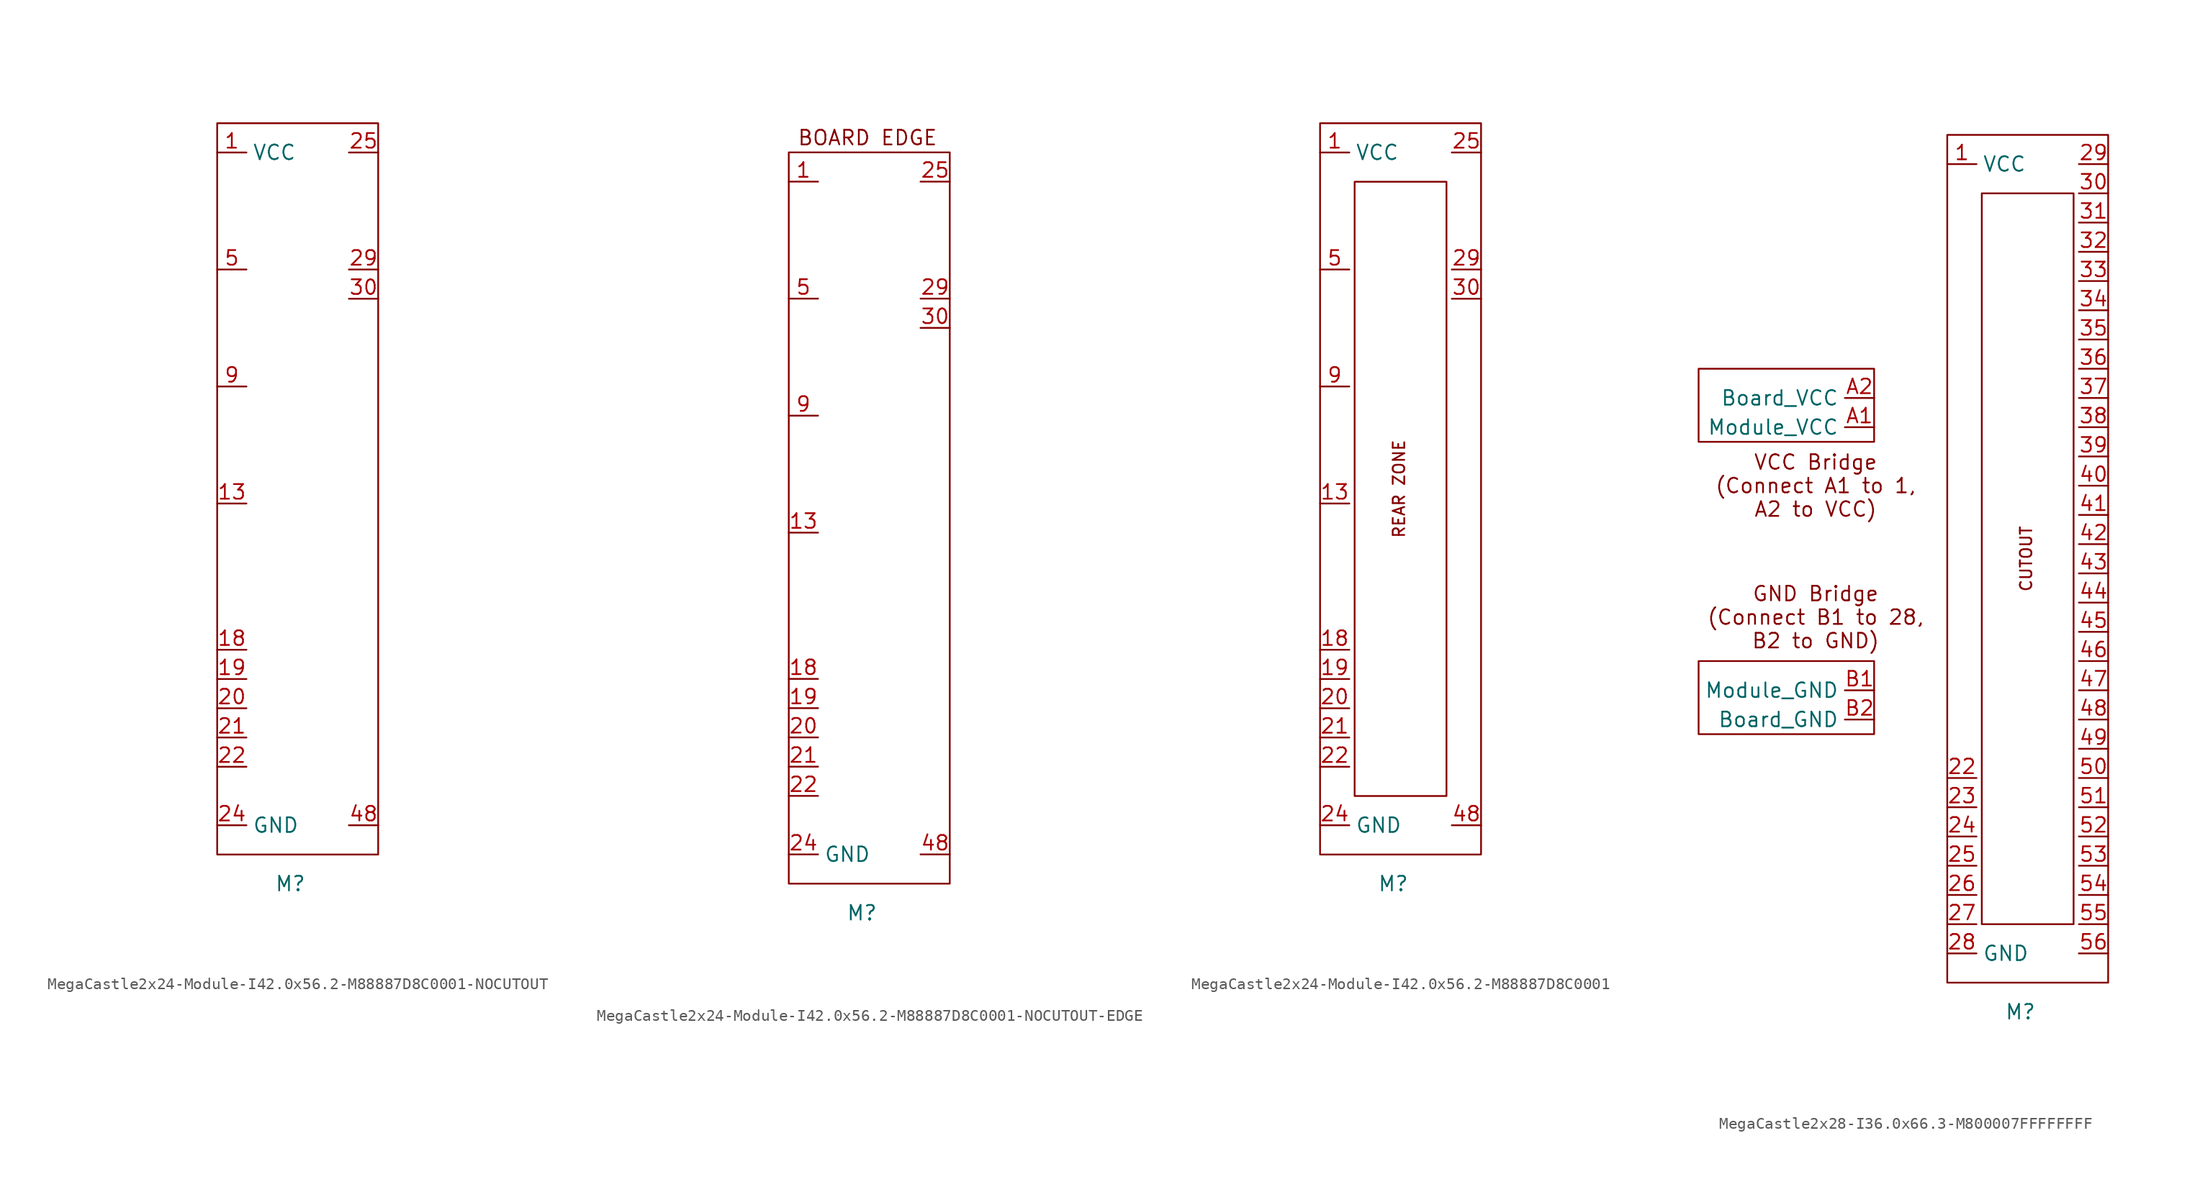
<source format=kicad_sym>
(kicad_symbol_lib
  (version 20231120)
  (generator "kicad_symbol_editor")
  (generator_version "8.0")
  (symbol "MegaCastle2x24-Module-I42.0x56.2-M88887D8C0001-NOCUTOUT"
    (property "Reference" "M"
      (at 0 -34.29 0)
      (effects (font (size 1.27 1.27))))
    (property "Value" ""
      (at 0 5.08 0)
      (effects (font (size 1.27 1.27))))
    (symbol "MegaCastle2x24-Module-I42.0x56.2-M88887D8C0001-NOCUTOUT_0_1"
      (rectangle (start -6.35 31.75) (end 7.62 -31.75) (stroke (width 0) (type default)) (fill (type none))))
    (symbol "MegaCastle2x24-Module-I42.0x56.2-M88887D8C0001-NOCUTOUT_1_1"
      (pin bidirectional line (at -6.35 29.21 0) (length 2.54) (name "VCC" (effects (font (size 1.27 1.27)))) (number "1" (effects (font (size 1.27 1.27)))))
      (pin bidirectional line (at -6.35 -1.27 0) (length 2.54) (name "" (effects (font (size 1.27 1.27)))) (number "13" (effects (font (size 1.27 1.27)))))
      (pin bidirectional line (at -6.35 -13.97 0) (length 2.54) (name "" (effects (font (size 1.27 1.27)))) (number "18" (effects (font (size 1.27 1.27)))))
      (pin bidirectional line (at -6.35 -16.51 0) (length 2.54) (name "" (effects (font (size 1.27 1.27)))) (number "19" (effects (font (size 1.27 1.27)))))
      (pin bidirectional line (at -6.35 -19.05 0) (length 2.54) (name "" (effects (font (size 1.27 1.27)))) (number "20" (effects (font (size 1.27 1.27)))))
      (pin bidirectional line (at -6.35 -21.59 0) (length 2.54) (name "" (effects (font (size 1.27 1.27)))) (number "21" (effects (font (size 1.27 1.27)))))
      (pin bidirectional line (at -6.35 -24.13 0) (length 2.54) (name "" (effects (font (size 1.27 1.27)))) (number "22" (effects (font (size 1.27 1.27)))))
      (pin bidirectional line (at -6.35 -29.21 0) (length 2.54) (name "GND" (effects (font (size 1.27 1.27)))) (number "24" (effects (font (size 1.27 1.27)))))
      (pin bidirectional line (at 7.62 29.21 180) (length 2.54) (name "" (effects (font (size 1.27 1.27)))) (number "25" (effects (font (size 1.27 1.27)))))
      (pin bidirectional line (at 7.62 19.05 180) (length 2.54) (name "" (effects (font (size 1.27 1.27)))) (number "29" (effects (font (size 1.27 1.27)))))
      (pin bidirectional line (at 7.62 16.51 180) (length 2.54) (name "" (effects (font (size 1.27 1.27)))) (number "30" (effects (font (size 1.27 1.27)))))
      (pin bidirectional line (at 7.62 -29.21 180) (length 2.54) (name "" (effects (font (size 1.27 1.27)))) (number "48" (effects (font (size 1.27 1.27)))))
      (pin bidirectional line (at -6.35 19.05 0) (length 2.54) (name "" (effects (font (size 1.27 1.27)))) (number "5" (effects (font (size 1.27 1.27)))))
      (pin bidirectional line (at -6.35 8.89 0) (length 2.54) (name "" (effects (font (size 1.27 1.27)))) (number "9" (effects (font (size 1.27 1.27)))))))
  (symbol "MegaCastle2x24-Module-I42.0x56.2-M88887D8C0001-NOCUTOUT-EDGE"
    (property "Reference" "M"
      (at 0 -34.29 0)
      (effects (font (size 1.27 1.27))))
    (property "Value" ""
      (at 0 5.08 0)
      (effects (font (size 1.27 1.27))))
    (symbol "MegaCastle2x24-Module-I42.0x56.2-M88887D8C0001-NOCUTOUT-EDGE_0_1"
      (rectangle (start -6.35 31.75) (end 7.62 -31.75) (stroke (width 0) (type default)) (fill (type none))))
    (symbol "MegaCastle2x24-Module-I42.0x56.2-M88887D8C0001-NOCUTOUT-EDGE_1_1"
      (text " BOARD EDGE" (at 0 33.02 0) (effects (font (size 1.27 1.27))))
      (pin bidirectional line (at -6.35 29.21 0) (length 2.54) (name "" (effects (font (size 1.27 1.27)))) (number "1" (effects (font (size 1.27 1.27)))))
      (pin bidirectional line (at -6.35 -1.27 0) (length 2.54) (name "" (effects (font (size 1.27 1.27)))) (number "13" (effects (font (size 1.27 1.27)))))
      (pin bidirectional line (at -6.35 -13.97 0) (length 2.54) (name "" (effects (font (size 1.27 1.27)))) (number "18" (effects (font (size 1.27 1.27)))))
      (pin bidirectional line (at -6.35 -16.51 0) (length 2.54) (name "" (effects (font (size 1.27 1.27)))) (number "19" (effects (font (size 1.27 1.27)))))
      (pin bidirectional line (at -6.35 -19.05 0) (length 2.54) (name "" (effects (font (size 1.27 1.27)))) (number "20" (effects (font (size 1.27 1.27)))))
      (pin bidirectional line (at -6.35 -21.59 0) (length 2.54) (name "" (effects (font (size 1.27 1.27)))) (number "21" (effects (font (size 1.27 1.27)))))
      (pin bidirectional line (at -6.35 -24.13 0) (length 2.54) (name "" (effects (font (size 1.27 1.27)))) (number "22" (effects (font (size 1.27 1.27)))))
      (pin bidirectional line (at -6.35 -29.21 0) (length 2.54) (name "GND" (effects (font (size 1.27 1.27)))) (number "24" (effects (font (size 1.27 1.27)))))
      (pin bidirectional line (at 7.62 29.21 180) (length 2.54) (name "" (effects (font (size 1.27 1.27)))) (number "25" (effects (font (size 1.27 1.27)))))
      (pin bidirectional line (at 7.62 19.05 180) (length 2.54) (name "" (effects (font (size 1.27 1.27)))) (number "29" (effects (font (size 1.27 1.27)))))
      (pin bidirectional line (at 7.62 16.51 180) (length 2.54) (name "" (effects (font (size 1.27 1.27)))) (number "30" (effects (font (size 1.27 1.27)))))
      (pin bidirectional line (at 7.62 -29.21 180) (length 2.54) (name "" (effects (font (size 1.27 1.27)))) (number "48" (effects (font (size 1.27 1.27)))))
      (pin bidirectional line (at -6.35 19.05 0) (length 2.54) (name "" (effects (font (size 1.27 1.27)))) (number "5" (effects (font (size 1.27 1.27)))))
      (pin bidirectional line (at -6.35 8.89 0) (length 2.54) (name "" (effects (font (size 1.27 1.27)))) (number "9" (effects (font (size 1.27 1.27)))))))
  (symbol "MegaCastle2x24-Module-I42.0x56.2-M88887D8C0001"
    (property "Reference" "M"
      (at 0 -34.29 0)
      (effects (font (size 1.27 1.27))))
    (property "Value" ""
      (at 0 5.08 0)
      (effects (font (size 1.27 1.27))))
    (symbol "MegaCastle2x24-Module-I42.0x56.2-M88887D8C0001_0_1"
      (rectangle (start -6.35 31.75) (end 7.62 -31.75) (stroke (width 0) (type default)) (fill (type none)))
      (rectangle (start -3.35 26.67) (end 4.62 -26.67) (stroke (width 0) (type default)) (fill (type none))))
    (symbol "MegaCastle2x24-Module-I42.0x56.2-M88887D8C0001_1_1"
      (text "REAR ZONE" (at 0.5 0 900) (effects (font (size 1 1))))
      (pin bidirectional line (at -6.35 29.21 0) (length 2.54) (name "VCC" (effects (font (size 1.27 1.27)))) (number "1" (effects (font (size 1.27 1.27)))))
      (pin bidirectional line (at -6.35 -1.27 0) (length 2.54) (name "" (effects (font (size 1.27 1.27)))) (number "13" (effects (font (size 1.27 1.27)))))
      (pin bidirectional line (at -6.35 -13.97 0) (length 2.54) (name "" (effects (font (size 1.27 1.27)))) (number "18" (effects (font (size 1.27 1.27)))))
      (pin bidirectional line (at -6.35 -16.51 0) (length 2.54) (name "" (effects (font (size 1.27 1.27)))) (number "19" (effects (font (size 1.27 1.27)))))
      (pin bidirectional line (at -6.35 -19.05 0) (length 2.54) (name "" (effects (font (size 1.27 1.27)))) (number "20" (effects (font (size 1.27 1.27)))))
      (pin bidirectional line (at -6.35 -21.59 0) (length 2.54) (name "" (effects (font (size 1.27 1.27)))) (number "21" (effects (font (size 1.27 1.27)))))
      (pin bidirectional line (at -6.35 -24.13 0) (length 2.54) (name "" (effects (font (size 1.27 1.27)))) (number "22" (effects (font (size 1.27 1.27)))))
      (pin bidirectional line (at -6.35 -29.21 0) (length 2.54) (name "GND" (effects (font (size 1.27 1.27)))) (number "24" (effects (font (size 1.27 1.27)))))
      (pin bidirectional line (at 7.62 29.21 180) (length 2.54) (name "" (effects (font (size 1.27 1.27)))) (number "25" (effects (font (size 1.27 1.27)))))
      (pin bidirectional line (at 7.62 19.05 180) (length 2.54) (name "" (effects (font (size 1.27 1.27)))) (number "29" (effects (font (size 1.27 1.27)))))
      (pin bidirectional line (at 7.62 16.51 180) (length 2.54) (name "" (effects (font (size 1.27 1.27)))) (number "30" (effects (font (size 1.27 1.27)))))
      (pin bidirectional line (at 7.62 -29.21 180) (length 2.54) (name "" (effects (font (size 1.27 1.27)))) (number "48" (effects (font (size 1.27 1.27)))))
      (pin bidirectional line (at -6.35 19.05 0) (length 2.54) (name "" (effects (font (size 1.27 1.27)))) (number "5" (effects (font (size 1.27 1.27)))))
      (pin bidirectional line (at -6.35 8.89 0) (length 2.54) (name "" (effects (font (size 1.27 1.27)))) (number "9" (effects (font (size 1.27 1.27)))))))
  (symbol "MegaCastle2x28-I36.0x66.3-M800007FFFFFFFF"
    (property "Reference" "M"
      (at 0 -39.37 0)
      (effects (font (size 1.27 1.27))))
    (property "Value" ""
      (at 0 5.08 0)
      (effects (font (size 1.27 1.27))))
    (symbol "MegaCastle2x28-I36.0x66.3-M800007FFFFFFFF_0_1"
      (rectangle (start -27.94 -8.89) (end -12.7 -15.24) (stroke (width 0) (type default)) (fill (type none)))
      (rectangle (start -27.94 16.51) (end -12.7 10.16) (stroke (width 0) (type default)) (fill (type none)))
      (rectangle (start -6.35 36.83) (end 7.62 -36.83) (stroke (width 0) (type default)) (fill (type none)))
      (rectangle (start -3.35 31.75) (end 4.62 -31.75) (stroke (width 0) (type default)) (fill (type none))))
    (symbol "MegaCastle2x28-I36.0x66.3-M800007FFFFFFFF_1_1"
      (text "CUTOUT" (at 0.5 0 900) (effects (font (size 1 1))))
      (text "GND Bridge\n(Connect B1 to 28,\nB2 to GND)" (at -17.78 -5.08 0) (effects (font (size 1.27 1.27))))
      (text "VCC Bridge\n(Connect A1 to 1,\nA2 to VCC)" (at -17.78 6.35 0) (effects (font (size 1.27 1.27))))
      (pin bidirectional line (at -6.35 34.29 0) (length 2.54) (name "VCC" (effects (font (size 1.27 1.27)))) (number "1" (effects (font (size 1.27 1.27)))))
      (pin bidirectional line (at -6.35 -19.05 0) (length 2.54) (name "" (effects (font (size 1.27 1.27)))) (number "22" (effects (font (size 1.27 1.27)))))
      (pin bidirectional line (at -6.35 -21.59 0) (length 2.54) (name "" (effects (font (size 1.27 1.27)))) (number "23" (effects (font (size 1.27 1.27)))))
      (pin bidirectional line (at -6.35 -24.13 0) (length 2.54) (name "" (effects (font (size 1.27 1.27)))) (number "24" (effects (font (size 1.27 1.27)))))
      (pin bidirectional line (at -6.35 -26.67 0) (length 2.54) (name "" (effects (font (size 1.27 1.27)))) (number "25" (effects (font (size 1.27 1.27)))))
      (pin bidirectional line (at -6.35 -29.21 0) (length 2.54) (name "" (effects (font (size 1.27 1.27)))) (number "26" (effects (font (size 1.27 1.27)))))
      (pin bidirectional line (at -6.35 -31.75 0) (length 2.54) (name "" (effects (font (size 1.27 1.27)))) (number "27" (effects (font (size 1.27 1.27)))))
      (pin bidirectional line (at -6.35 -34.29 0) (length 2.54) (name "GND" (effects (font (size 1.27 1.27)))) (number "28" (effects (font (size 1.27 1.27)))))
      (pin bidirectional line (at 7.62 34.29 180) (length 2.54) (name "" (effects (font (size 1.27 1.27)))) (number "29" (effects (font (size 1.27 1.27)))))
      (pin bidirectional line (at 7.62 31.75 180) (length 2.54) (name "" (effects (font (size 1.27 1.27)))) (number "30" (effects (font (size 1.27 1.27)))))
      (pin bidirectional line (at 7.62 29.21 180) (length 2.54) (name "" (effects (font (size 1.27 1.27)))) (number "31" (effects (font (size 1.27 1.27)))))
      (pin bidirectional line (at 7.62 26.67 180) (length 2.54) (name "" (effects (font (size 1.27 1.27)))) (number "32" (effects (font (size 1.27 1.27)))))
      (pin bidirectional line (at 7.62 24.13 180) (length 2.54) (name "" (effects (font (size 1.27 1.27)))) (number "33" (effects (font (size 1.27 1.27)))))
      (pin bidirectional line (at 7.62 21.59 180) (length 2.54) (name "" (effects (font (size 1.27 1.27)))) (number "34" (effects (font (size 1.27 1.27)))))
      (pin bidirectional line (at 7.62 19.05 180) (length 2.54) (name "" (effects (font (size 1.27 1.27)))) (number "35" (effects (font (size 1.27 1.27)))))
      (pin bidirectional line (at 7.62 16.51 180) (length 2.54) (name "" (effects (font (size 1.27 1.27)))) (number "36" (effects (font (size 1.27 1.27)))))
      (pin bidirectional line (at 7.62 13.97 180) (length 2.54) (name "" (effects (font (size 1.27 1.27)))) (number "37" (effects (font (size 1.27 1.27)))))
      (pin bidirectional line (at 7.62 11.43 180) (length 2.54) (name "" (effects (font (size 1.27 1.27)))) (number "38" (effects (font (size 1.27 1.27)))))
      (pin bidirectional line (at 7.62 8.89 180) (length 2.54) (name "" (effects (font (size 1.27 1.27)))) (number "39" (effects (font (size 1.27 1.27)))))
      (pin bidirectional line (at 7.62 6.35 180) (length 2.54) (name "" (effects (font (size 1.27 1.27)))) (number "40" (effects (font (size 1.27 1.27)))))
      (pin bidirectional line (at 7.62 3.81 180) (length 2.54) (name "" (effects (font (size 1.27 1.27)))) (number "41" (effects (font (size 1.27 1.27)))))
      (pin bidirectional line (at 7.62 1.27 180) (length 2.54) (name "" (effects (font (size 1.27 1.27)))) (number "42" (effects (font (size 1.27 1.27)))))
      (pin bidirectional line (at 7.62 -1.27 180) (length 2.54) (name "" (effects (font (size 1.27 1.27)))) (number "43" (effects (font (size 1.27 1.27)))))
      (pin bidirectional line (at 7.62 -3.81 180) (length 2.54) (name "" (effects (font (size 1.27 1.27)))) (number "44" (effects (font (size 1.27 1.27)))))
      (pin bidirectional line (at 7.62 -6.35 180) (length 2.54) (name "" (effects (font (size 1.27 1.27)))) (number "45" (effects (font (size 1.27 1.27)))))
      (pin bidirectional line (at 7.62 -8.89 180) (length 2.54) (name "" (effects (font (size 1.27 1.27)))) (number "46" (effects (font (size 1.27 1.27)))))
      (pin bidirectional line (at 7.62 -11.43 180) (length 2.54) (name "" (effects (font (size 1.27 1.27)))) (number "47" (effects (font (size 1.27 1.27)))))
      (pin bidirectional line (at 7.62 -13.97 180) (length 2.54) (name "" (effects (font (size 1.27 1.27)))) (number "48" (effects (font (size 1.27 1.27)))))
      (pin bidirectional line (at 7.62 -16.51 180) (length 2.54) (name "" (effects (font (size 1.27 1.27)))) (number "49" (effects (font (size 1.27 1.27)))))
      (pin bidirectional line (at 7.62 -19.05 180) (length 2.54) (name "" (effects (font (size 1.27 1.27)))) (number "50" (effects (font (size 1.27 1.27)))))
      (pin bidirectional line (at 7.62 -21.59 180) (length 2.54) (name "" (effects (font (size 1.27 1.27)))) (number "51" (effects (font (size 1.27 1.27)))))
      (pin bidirectional line (at 7.62 -24.13 180) (length 2.54) (name "" (effects (font (size 1.27 1.27)))) (number "52" (effects (font (size 1.27 1.27)))))
      (pin bidirectional line (at 7.62 -26.67 180) (length 2.54) (name "" (effects (font (size 1.27 1.27)))) (number "53" (effects (font (size 1.27 1.27)))))
      (pin bidirectional line (at 7.62 -29.21 180) (length 2.54) (name "" (effects (font (size 1.27 1.27)))) (number "54" (effects (font (size 1.27 1.27)))))
      (pin bidirectional line (at 7.62 -31.75 180) (length 2.54) (name "" (effects (font (size 1.27 1.27)))) (number "55" (effects (font (size 1.27 1.27)))))
      (pin bidirectional line (at 7.62 -34.29 180) (length 2.54) (name "" (effects (font (size 1.27 1.27)))) (number "56" (effects (font (size 1.27 1.27)))))
      (pin bidirectional line (at -12.7 11.43 180) (length 2.54) (name "Module_VCC" (effects (font (size 1.27 1.27)))) (number "A1" (effects (font (size 1.27 1.27)))))
      (pin bidirectional line (at -12.7 13.97 180) (length 2.54) (name "Board_VCC" (effects (font (size 1.27 1.27)))) (number "A2" (effects (font (size 1.27 1.27)))))
      (pin bidirectional line (at -12.7 -11.43 180) (length 2.54) (name "Module_GND" (effects (font (size 1.27 1.27)))) (number "B1" (effects (font (size 1.27 1.27)))))
      (pin bidirectional line (at -12.7 -13.97 180) (length 2.54) (name "Board_GND" (effects (font (size 1.27 1.27)))) (number "B2" (effects (font (size 1.27 1.27))))))))
</source>
